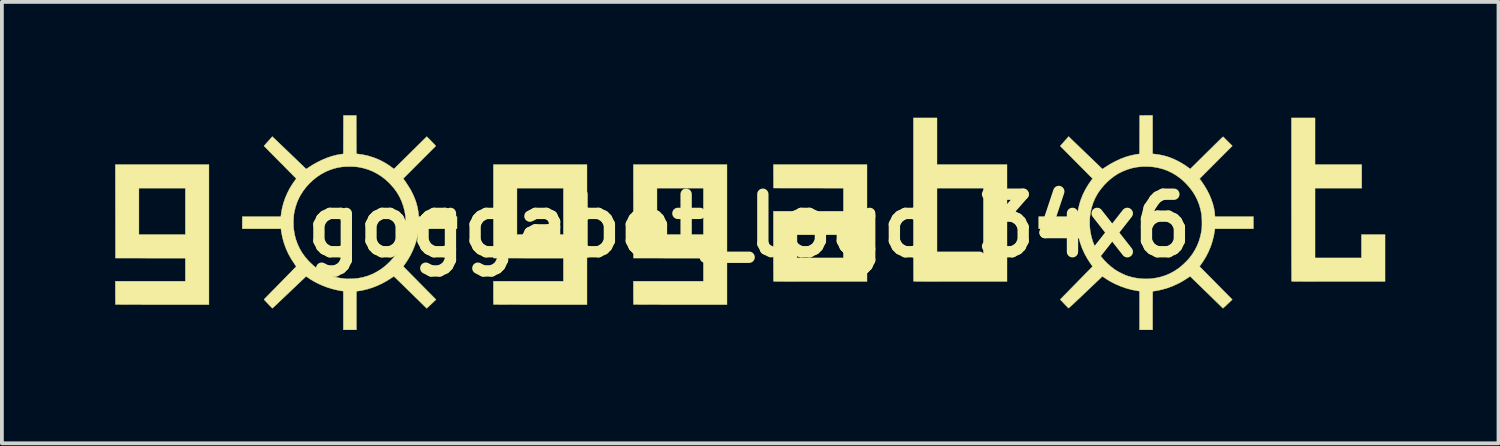
<source format=kicad_pcb>
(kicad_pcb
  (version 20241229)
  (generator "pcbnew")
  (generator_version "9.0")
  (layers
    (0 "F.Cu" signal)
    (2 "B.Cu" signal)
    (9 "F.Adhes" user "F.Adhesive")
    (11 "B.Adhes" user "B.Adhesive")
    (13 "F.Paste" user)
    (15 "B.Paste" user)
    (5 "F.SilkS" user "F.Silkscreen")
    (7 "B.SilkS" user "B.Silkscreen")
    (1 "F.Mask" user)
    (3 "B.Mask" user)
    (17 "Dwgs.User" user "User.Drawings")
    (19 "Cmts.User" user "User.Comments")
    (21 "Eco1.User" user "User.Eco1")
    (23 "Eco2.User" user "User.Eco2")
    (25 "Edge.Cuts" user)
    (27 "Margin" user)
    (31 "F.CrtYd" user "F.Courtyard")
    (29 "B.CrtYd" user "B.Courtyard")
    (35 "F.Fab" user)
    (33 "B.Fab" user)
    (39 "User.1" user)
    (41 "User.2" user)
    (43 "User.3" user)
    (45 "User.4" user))
  (footprint "goggabot_logo_34x6"
    (layer "F.Cu")
    (at 16.79 2.928)
    (property "Reference" "goggabot_logo_34x6" (at 0 0 0) (layer "F.SilkS") (effects (font (size 1.524 1.524) (thickness 0.3))))
    (attr through_hole)
    (fp_poly (pts (xy -14.307 2.089) (xy -15.542 2.089) (xy -15.664 2.089) (xy -15.784 2.089) (xy -15.899 2.089) (xy -16.01 2.089) (xy -16.116 2.088) (xy -16.217 2.088) (xy -16.311 2.088) (xy -16.398 2.088) (xy -16.478 2.087) (xy -16.55 2.087) (xy -16.613 2.087) (xy -16.667 2.086) (xy -16.711 2.086) (xy -16.745 2.086) (xy -16.768 2.085) (xy -16.78 2.085) (xy -16.781 2.085) (xy -16.782 2.078) (xy -16.782 2.06) (xy -16.783 2.032) (xy -16.784 1.995) (xy -16.784 1.951) (xy -16.785 1.9) (xy -16.785 1.845) (xy -16.785 1.785) (xy -16.785 1.776) (xy -16.785 1.471) (xy -14.931 1.471) (xy -14.931 0.859) (xy -15.856 0.858) (xy -16.782 0.856) (xy -16.784 -0.995) (xy -16.161 -0.995) (xy -16.161 0.235) (xy -14.931 0.235) (xy -14.931 -0.995) (xy -16.161 -0.995) (xy -16.784 -0.995) (xy -16.785 -1.619) (xy -14.307 -1.619) (xy -14.307 2.089)) (stroke (width 0.01) (type solid)) (fill yes) (layer "F.SilkS"))
    (fp_poly (pts (xy -4.295 2.089) (xy -5.53 2.089) (xy -5.653 2.089) (xy -5.772 2.089) (xy -5.888 2.089) (xy -5.999 2.089) (xy -6.105 2.088) (xy -6.205 2.088) (xy -6.299 2.088) (xy -6.386 2.088) (xy -6.466 2.087) (xy -6.538 2.087) (xy -6.601 2.087) (xy -6.655 2.086) (xy -6.699 2.086) (xy -6.733 2.086) (xy -6.756 2.085) (xy -6.768 2.085) (xy -6.769 2.085) (xy -6.77 2.078) (xy -6.771 2.06) (xy -6.771 2.032) (xy -6.772 1.995) (xy -6.773 1.951) (xy -6.773 1.9) (xy -6.773 1.845) (xy -6.773 1.785) (xy -6.773 1.776) (xy -6.773 1.471) (xy -4.919 1.471) (xy -4.919 0.859) (xy -5.845 0.858) (xy -6.77 0.856) (xy -6.773 -0.995) (xy -6.149 -0.995) (xy -6.149 0.235) (xy -4.919 0.235) (xy -4.919 -0.995) (xy -6.149 -0.995) (xy -6.773 -0.995) (xy -6.773 -1.619) (xy -4.295 -1.619) (xy -4.295 2.089)) (stroke (width 0.01) (type solid)) (fill yes) (layer "F.SilkS"))
    (fp_poly (pts (xy -0.587 2.089) (xy -1.822 2.089) (xy -1.945 2.089) (xy -2.064 2.089) (xy -2.18 2.089) (xy -2.291 2.089) (xy -2.397 2.088) (xy -2.497 2.088) (xy -2.591 2.088) (xy -2.678 2.088) (xy -2.758 2.087) (xy -2.83 2.087) (xy -2.893 2.087) (xy -2.947 2.086) (xy -2.991 2.086) (xy -3.025 2.086) (xy -3.048 2.085) (xy -3.06 2.085) (xy -3.061 2.085) (xy -3.062 2.078) (xy -3.063 2.06) (xy -3.063 2.032) (xy -3.064 1.995) (xy -3.065 1.951) (xy -3.065 1.9) (xy -3.065 1.845) (xy -3.065 1.785) (xy -3.065 1.776) (xy -3.065 1.471) (xy -1.211 1.471) (xy -1.211 0.859) (xy -2.137 0.858) (xy -3.062 0.856) (xy -3.065 -0.995) (xy -2.441 -0.995) (xy -2.441 0.235) (xy -1.211 0.235) (xy -1.211 -0.995) (xy -2.441 -0.995) (xy -3.065 -0.995) (xy -3.065 -1.619) (xy -0.587 -1.619) (xy -0.587 2.089)) (stroke (width 0.01) (type solid)) (fill yes) (layer "F.SilkS"))
    (fp_poly (pts (xy 3.121 1.477) (xy 1.886 1.477) (xy 1.763 1.477) (xy 1.644 1.477) (xy 1.528 1.477) (xy 1.417 1.477) (xy 1.311 1.477) (xy 1.211 1.476) (xy 1.117 1.476) (xy 1.03 1.476) (xy 0.95 1.476) (xy 0.878 1.475) (xy 0.815 1.475) (xy 0.761 1.475) (xy 0.717 1.474) (xy 0.683 1.474) (xy 0.66 1.473) (xy 0.648 1.473) (xy 0.647 1.473) (xy 0.646 1.466) (xy 0.646 1.448) (xy 0.645 1.419) (xy 0.645 1.379) (xy 0.645 1.33) (xy 0.644 1.272) (xy 0.644 1.206) (xy 0.644 1.132) (xy 0.643 1.051) (xy 0.643 0.963) (xy 0.643 0.871) (xy 0.643 0.773) (xy 0.643 0.671) (xy 0.643 0.566) (xy 0.643 0.543) (xy 0.643 0.241) (xy 1.267 0.241) (xy 1.267 0.853) (xy 2.497 0.853) (xy 2.497 0.241) (xy 1.267 0.241) (xy 0.643 0.241) (xy 0.643 -0.383) (xy 2.497 -0.383) (xy 2.497 -0.995) (xy 1.571 -0.997) (xy 0.646 -0.998) (xy 0.644 -1.309) (xy 0.643 -1.619) (xy 3.121 -1.619) (xy 3.121 1.477)) (stroke (width 0.01) (type solid)) (fill yes) (layer "F.SilkS"))
    (fp_poly (pts (xy 14.987 -1.619) (xy 16.223 -1.619) (xy 16.223 -0.995) (xy 14.987 -0.995) (xy 14.987 0.853) (xy 16.216 0.853) (xy 16.216 0.235) (xy 16.841 0.235) (xy 16.841 1.477) (xy 15.606 1.477) (xy 15.483 1.477) (xy 15.364 1.477) (xy 15.248 1.477) (xy 15.137 1.477) (xy 15.031 1.477) (xy 14.931 1.476) (xy 14.837 1.476) (xy 14.75 1.476) (xy 14.67 1.476) (xy 14.598 1.475) (xy 14.535 1.475) (xy 14.481 1.475) (xy 14.436 1.474) (xy 14.402 1.474) (xy 14.379 1.473) (xy 14.368 1.473) (xy 14.367 1.473) (xy 14.366 1.466) (xy 14.366 1.448) (xy 14.366 1.418) (xy 14.365 1.378) (xy 14.365 1.326) (xy 14.365 1.265) (xy 14.365 1.193) (xy 14.364 1.113) (xy 14.364 1.023) (xy 14.364 0.926) (xy 14.364 0.82) (xy 14.363 0.707) (xy 14.363 0.587) (xy 14.363 0.46) (xy 14.363 0.327) (xy 14.363 0.189) (xy 14.363 0.045) (xy 14.363 -0.104) (xy 14.363 -0.257) (xy 14.362 -0.414) (xy 14.362 -0.575) (xy 14.362 -0.693) (xy 14.362 -2.855) (xy 14.987 -2.855) (xy 14.987 -1.619)) (stroke (width 0.01) (type solid)) (fill yes) (layer "F.SilkS"))
    (fp_poly (pts (xy 4.975 -1.619) (xy 6.829 -1.619) (xy 6.829 1.477) (xy 5.594 1.477) (xy 5.471 1.477) (xy 5.352 1.477) (xy 5.236 1.477) (xy 5.125 1.477) (xy 5.02 1.477) (xy 4.919 1.476) (xy 4.825 1.476) (xy 4.738 1.476) (xy 4.658 1.476) (xy 4.586 1.475) (xy 4.523 1.475) (xy 4.469 1.475) (xy 4.425 1.474) (xy 4.391 1.474) (xy 4.368 1.473) (xy 4.356 1.473) (xy 4.355 1.473) (xy 4.355 1.466) (xy 4.354 1.448) (xy 4.354 1.418) (xy 4.354 1.378) (xy 4.353 1.326) (xy 4.353 1.265) (xy 4.353 1.193) (xy 4.353 1.113) (xy 4.352 1.023) (xy 4.352 0.926) (xy 4.352 0.82) (xy 4.352 0.707) (xy 4.352 0.587) (xy 4.351 0.46) (xy 4.351 0.327) (xy 4.351 0.189) (xy 4.351 0.045) (xy 4.351 -0.104) (xy 4.351 -0.257) (xy 4.351 -0.414) (xy 4.351 -0.575) (xy 4.351 -0.693) (xy 4.351 -0.995) (xy 4.975 -0.995) (xy 4.975 0.853) (xy 6.205 0.853) (xy 6.205 -0.995) (xy 4.975 -0.995) (xy 4.351 -0.995) (xy 4.351 -2.855) (xy 4.975 -2.855) (xy 4.975 -1.619)) (stroke (width 0.01) (type solid)) (fill yes) (layer "F.SilkS"))
    (fp_poly (pts (xy 10.685 -1.904) (xy 10.721 -1.9) (xy 10.811 -1.889) (xy 10.901 -1.873) (xy 10.987 -1.854) (xy 11.065 -1.833) (xy 11.09 -1.825) (xy 11.211 -1.78) (xy 11.331 -1.725) (xy 11.449 -1.661) (xy 11.562 -1.59) (xy 11.627 -1.543) (xy 11.682 -1.502) (xy 12.089 -1.905) (xy 12.149 -1.964) (xy 12.207 -2.021) (xy 12.262 -2.075) (xy 12.313 -2.126) (xy 12.361 -2.173) (xy 12.404 -2.215) (xy 12.441 -2.252) (xy 12.473 -2.283) (xy 12.497 -2.307) (xy 12.515 -2.323) (xy 12.524 -2.332) (xy 12.525 -2.332) (xy 12.553 -2.357) (xy 12.796 -2.114) (xy 11.929 -1.245) (xy 11.987 -1.165) (xy 12.064 -1.05) (xy 12.133 -0.932) (xy 12.193 -0.813) (xy 12.242 -0.693) (xy 12.282 -0.574) (xy 12.311 -0.457) (xy 12.329 -0.343) (xy 12.333 -0.298) (xy 12.337 -0.241) (xy 13.355 -0.241) (xy 13.355 0.08) (xy 12.336 0.08) (xy 12.332 0.11) (xy 12.306 0.264) (xy 12.269 0.412) (xy 12.222 0.554) (xy 12.164 0.692) (xy 12.095 0.826) (xy 12.014 0.957) (xy 11.971 1.018) (xy 11.928 1.078) (xy 12.031 1.183) (xy 12.053 1.205) (xy 12.083 1.235) (xy 12.119 1.272) (xy 12.161 1.314) (xy 12.207 1.361) (xy 12.258 1.412) (xy 12.311 1.466) (xy 12.366 1.522) (xy 12.423 1.579) (xy 12.465 1.622) (xy 12.795 1.955) (xy 12.712 2.035) (xy 12.682 2.063) (xy 12.652 2.091) (xy 12.625 2.117) (xy 12.601 2.139) (xy 12.589 2.15) (xy 12.549 2.186) (xy 12.289 1.933) (xy 12.235 1.88) (xy 12.178 1.824) (xy 12.119 1.767) (xy 12.06 1.71) (xy 12.004 1.655) (xy 11.951 1.603) (xy 11.903 1.557) (xy 11.862 1.517) (xy 11.855 1.51) (xy 11.68 1.34) (xy 11.595 1.395) (xy 11.547 1.426) (xy 11.505 1.452) (xy 11.467 1.475) (xy 11.43 1.496) (xy 11.389 1.518) (xy 11.349 1.538) (xy 11.207 1.602) (xy 11.062 1.655) (xy 10.915 1.696) (xy 10.765 1.726) (xy 10.753 1.727) (xy 10.727 1.731) (xy 10.706 1.734) (xy 10.692 1.736) (xy 10.688 1.737) (xy 10.688 1.743) (xy 10.687 1.76) (xy 10.687 1.788) (xy 10.687 1.826) (xy 10.686 1.872) (xy 10.686 1.926) (xy 10.686 1.987) (xy 10.686 2.054) (xy 10.685 2.127) (xy 10.685 2.203) (xy 10.685 2.246) (xy 10.685 2.756) (xy 10.339 2.756) (xy 10.339 1.733) (xy 10.288 1.725) (xy 10.135 1.696) (xy 9.983 1.655) (xy 9.835 1.603) (xy 9.69 1.54) (xy 9.552 1.468) (xy 9.422 1.386) (xy 9.355 1.34) (xy 9.336 1.359) (xy 9.329 1.365) (xy 9.313 1.38) (xy 9.29 1.402) (xy 9.26 1.431) (xy 9.223 1.465) (xy 9.181 1.506) (xy 9.134 1.551) (xy 9.082 1.6) (xy 9.027 1.652) (xy 8.968 1.708) (xy 8.908 1.766) (xy 8.89 1.782) (xy 8.816 1.853) (xy 8.75 1.916) (xy 8.692 1.97) (xy 8.641 2.018) (xy 8.598 2.058) (xy 8.562 2.092) (xy 8.531 2.12) (xy 8.507 2.142) (xy 8.487 2.159) (xy 8.473 2.171) (xy 8.464 2.178) (xy 8.458 2.181) (xy 8.456 2.181) (xy 8.45 2.174) (xy 8.436 2.161) (xy 8.417 2.14) (xy 8.392 2.115) (xy 8.364 2.086) (xy 8.343 2.064) (xy 8.238 1.954) (xy 8.616 1.569) (xy 8.674 1.51) (xy 8.73 1.452) (xy 8.784 1.397) (xy 8.835 1.345) (xy 8.882 1.297) (xy 8.925 1.253) (xy 8.963 1.215) (xy 8.995 1.182) (xy 9.02 1.157) (xy 9.037 1.139) (xy 9.045 1.131) (xy 9.096 1.078) (xy 9.043 1.004) (xy 8.957 0.872) (xy 8.882 0.736) (xy 8.819 0.597) (xy 8.767 0.452) (xy 8.727 0.303) (xy 8.7 0.166) (xy 8.686 0.08) (xy 7.669 0.08) (xy 7.669 -0.108) (xy 9.018 -0.108) (xy 9.021 0.022) (xy 9.035 0.152) (xy 9.061 0.28) (xy 9.097 0.405) (xy 9.118 0.462) (xy 9.167 0.574) (xy 9.229 0.684) (xy 9.3 0.789) (xy 9.381 0.89) (xy 9.471 0.985) (xy 9.569 1.073) (xy 9.673 1.153) (xy 9.7 1.171) (xy 9.743 1.198) (xy 9.795 1.227) (xy 9.852 1.257) (xy 9.91 1.284) (xy 9.967 1.309) (xy 10.018 1.329) (xy 10.033 1.334) (xy 10.154 1.368) (xy 10.279 1.391) (xy 10.408 1.405) (xy 10.537 1.408) (xy 10.633 1.403) (xy 10.768 1.385) (xy 10.897 1.357) (xy 11.021 1.318) (xy 11.14 1.268) (xy 11.255 1.206) (xy 11.367 1.132) (xy 11.392 1.113) (xy 11.432 1.081) (xy 11.476 1.043) (xy 11.523 0.999) (xy 11.57 0.953) (xy 11.613 0.908) (xy 11.651 0.867) (xy 11.657 0.859) (xy 11.737 0.754) (xy 11.807 0.642) (xy 11.867 0.524) (xy 11.916 0.4) (xy 11.953 0.271) (xy 11.98 0.138) (xy 11.984 0.111) (xy 11.988 0.073) (xy 11.99 0.026) (xy 11.992 -0.028) (xy 11.992 -0.085) (xy 11.991 -0.143) (xy 11.989 -0.198) (xy 11.986 -0.248) (xy 11.982 -0.29) (xy 11.981 -0.3) (xy 11.955 -0.433) (xy 11.918 -0.561) (xy 11.87 -0.683) (xy 11.811 -0.8) (xy 11.742 -0.911) (xy 11.66 -1.018) (xy 11.568 -1.12) (xy 11.557 -1.131) (xy 11.506 -1.18) (xy 11.459 -1.223) (xy 11.411 -1.261) (xy 11.36 -1.299) (xy 11.311 -1.333) (xy 11.2 -1.4) (xy 11.083 -1.456) (xy 10.961 -1.501) (xy 10.834 -1.534) (xy 10.702 -1.557) (xy 10.564 -1.568) (xy 10.556 -1.568) (xy 10.418 -1.567) (xy 10.283 -1.554) (xy 10.152 -1.529) (xy 10.025 -1.492) (xy 9.902 -1.444) (xy 9.783 -1.385) (xy 9.755 -1.369) (xy 9.665 -1.31) (xy 9.575 -1.241) (xy 9.487 -1.163) (xy 9.404 -1.078) (xy 9.328 -0.989) (xy 9.26 -0.897) (xy 9.223 -0.84) (xy 9.163 -0.729) (xy 9.112 -0.612) (xy 9.073 -0.49) (xy 9.043 -0.365) (xy 9.025 -0.237) (xy 9.018 -0.108) (xy 7.669 -0.108) (xy 7.669 -0.241) (xy 8.687 -0.241) (xy 8.692 -0.289) (xy 8.699 -0.343) (xy 8.709 -0.406) (xy 8.724 -0.473) (xy 8.741 -0.543) (xy 8.759 -0.61) (xy 8.779 -0.674) (xy 8.787 -0.696) (xy 8.842 -0.833) (xy 8.909 -0.966) (xy 8.985 -1.093) (xy 9.06 -1.2) (xy 9.097 -1.247) (xy 8.668 -1.679) (xy 8.239 -2.111) (xy 8.35 -2.237) (xy 8.462 -2.362) (xy 8.518 -2.307) (xy 8.532 -2.293) (xy 8.554 -2.272) (xy 8.583 -2.244) (xy 8.618 -2.21) (xy 8.659 -2.171) (xy 8.705 -2.127) (xy 8.754 -2.08) (xy 8.806 -2.029) (xy 8.861 -1.977) (xy 8.909 -1.931) (xy 8.964 -1.878) (xy 9.018 -1.826) (xy 9.07 -1.776) (xy 9.119 -1.729) (xy 9.164 -1.686) (xy 9.204 -1.647) (xy 9.239 -1.614) (xy 9.267 -1.587) (xy 9.288 -1.567) (xy 9.299 -1.555) (xy 9.356 -1.5) (xy 9.426 -1.546) (xy 9.564 -1.633) (xy 9.702 -1.707) (xy 9.837 -1.77) (xy 9.971 -1.821) (xy 10.102 -1.859) (xy 10.232 -1.886) (xy 10.243 -1.888) (xy 10.272 -1.892) (xy 10.298 -1.896) (xy 10.317 -1.899) (xy 10.325 -1.901) (xy 10.339 -1.904) (xy 10.342 -2.92) (xy 10.685 -2.923) (xy 10.685 -1.904)) (stroke (width 0.01) (type solid)) (fill yes) (layer "F.SilkS"))
    (fp_poly (pts (xy -10.403 -2.412) (xy -10.401 -1.904) (xy -10.365 -1.901) (xy -10.215 -1.878) (xy -10.07 -1.845) (xy -9.929 -1.8) (xy -9.793 -1.744) (xy -9.662 -1.676) (xy -9.535 -1.597) (xy -9.454 -1.538) (xy -9.407 -1.502) (xy -8.972 -1.931) (xy -8.538 -2.36) (xy -8.486 -2.309) (xy -8.463 -2.286) (xy -8.434 -2.257) (xy -8.404 -2.225) (xy -8.374 -2.194) (xy -8.366 -2.186) (xy -8.298 -2.113) (xy -8.73 -1.681) (xy -9.161 -1.249) (xy -9.142 -1.222) (xy -9.12 -1.193) (xy -9.095 -1.156) (xy -9.067 -1.114) (xy -9.039 -1.07) (xy -9.011 -1.027) (xy -8.986 -0.987) (xy -8.965 -0.952) (xy -8.956 -0.935) (xy -8.906 -0.837) (xy -8.862 -0.735) (xy -8.824 -0.633) (xy -8.795 -0.532) (xy -8.786 -0.494) (xy -8.779 -0.46) (xy -8.772 -0.421) (xy -8.765 -0.38) (xy -8.759 -0.341) (xy -8.755 -0.305) (xy -8.752 -0.276) (xy -8.751 -0.259) (xy -8.751 -0.241) (xy -7.737 -0.241) (xy -7.737 0.08) (xy -8.245 0.082) (xy -8.754 0.083) (xy -8.762 0.148) (xy -8.783 0.275) (xy -8.816 0.404) (xy -8.859 0.533) (xy -8.911 0.661) (xy -8.973 0.787) (xy -9.043 0.908) (xy -9.113 1.011) (xy -9.13 1.036) (xy -9.144 1.056) (xy -9.154 1.071) (xy -9.159 1.078) (xy -9.159 1.078) (xy -9.155 1.083) (xy -9.142 1.096) (xy -9.122 1.116) (xy -9.095 1.144) (xy -9.062 1.178) (xy -9.023 1.217) (xy -8.979 1.262) (xy -8.93 1.312) (xy -8.877 1.365) (xy -8.821 1.422) (xy -8.762 1.482) (xy -8.726 1.519) (xy -8.293 1.956) (xy -8.342 2.002) (xy -8.365 2.024) (xy -8.393 2.051) (xy -8.425 2.08) (xy -8.455 2.109) (xy -8.465 2.118) (xy -8.539 2.187) (xy -8.97 1.766) (xy -9.031 1.706) (xy -9.09 1.649) (xy -9.145 1.595) (xy -9.197 1.544) (xy -9.245 1.498) (xy -9.287 1.457) (xy -9.324 1.421) (xy -9.355 1.391) (xy -9.379 1.368) (xy -9.396 1.352) (xy -9.405 1.343) (xy -9.407 1.342) (xy -9.413 1.345) (xy -9.428 1.353) (xy -9.448 1.366) (xy -9.469 1.38) (xy -9.592 1.458) (xy -9.719 1.528) (xy -9.851 1.589) (xy -9.984 1.641) (xy -10.118 1.682) (xy -10.25 1.713) (xy -10.296 1.721) (xy -10.325 1.725) (xy -10.352 1.729) (xy -10.373 1.733) (xy -10.381 1.734) (xy -10.401 1.737) (xy -10.401 2.756) (xy -10.747 2.756) (xy -10.747 1.73) (xy -10.764 1.73) (xy -10.779 1.729) (xy -10.804 1.725) (xy -10.836 1.719) (xy -10.874 1.711) (xy -10.915 1.703) (xy -10.956 1.694) (xy -10.996 1.684) (xy -11.032 1.675) (xy -11.063 1.667) (xy -11.065 1.666) (xy -11.185 1.628) (xy -11.304 1.582) (xy -11.419 1.53) (xy -11.528 1.473) (xy -11.629 1.412) (xy -11.682 1.375) (xy -11.73 1.341) (xy -11.748 1.355) (xy -11.755 1.361) (xy -11.77 1.375) (xy -11.793 1.397) (xy -11.823 1.425) (xy -11.859 1.459) (xy -11.901 1.499) (xy -11.948 1.543) (xy -11.999 1.592) (xy -12.054 1.645) (xy -12.113 1.7) (xy -12.173 1.758) (xy -12.193 1.777) (xy -12.254 1.835) (xy -12.313 1.891) (xy -12.368 1.943) (xy -12.42 1.992) (xy -12.467 2.037) (xy -12.509 2.077) (xy -12.546 2.112) (xy -12.577 2.14) (xy -12.6 2.162) (xy -12.616 2.177) (xy -12.624 2.184) (xy -12.625 2.185) (xy -12.63 2.18) (xy -12.643 2.169) (xy -12.661 2.151) (xy -12.683 2.128) (xy -12.708 2.102) (xy -12.735 2.075) (xy -12.761 2.047) (xy -12.786 2.02) (xy -12.809 1.996) (xy -12.827 1.976) (xy -12.84 1.961) (xy -12.846 1.953) (xy -12.847 1.952) (xy -12.842 1.947) (xy -12.83 1.934) (xy -12.81 1.914) (xy -12.783 1.886) (xy -12.75 1.852) (xy -12.711 1.812) (xy -12.667 1.767) (xy -12.618 1.717) (xy -12.565 1.664) (xy -12.509 1.607) (xy -12.451 1.547) (xy -12.422 1.518) (xy -12.362 1.457) (xy -12.305 1.398) (xy -12.25 1.343) (xy -12.2 1.291) (xy -12.153 1.244) (xy -12.112 1.201) (xy -12.076 1.164) (xy -12.046 1.133) (xy -12.022 1.109) (xy -12.006 1.092) (xy -11.998 1.083) (xy -11.997 1.081) (xy -11.999 1.075) (xy -12.008 1.06) (xy -12.021 1.04) (xy -12.037 1.017) (xy -12.125 0.884) (xy -12.201 0.748) (xy -12.265 0.607) (xy -12.318 0.461) (xy -12.36 0.31) (xy -12.384 0.189) (xy -12.389 0.159) (xy -12.394 0.131) (xy -12.396 0.11) (xy -12.397 0.098) (xy -12.397 0.08) (xy -13.423 0.08) (xy -13.423 -0.084) (xy -12.068 -0.084) (xy -12.068 -0.022) (xy -12.066 0.036) (xy -12.061 0.086) (xy -12.061 0.088) (xy -12.04 0.223) (xy -12.008 0.352) (xy -11.964 0.476) (xy -11.91 0.594) (xy -11.845 0.707) (xy -11.768 0.816) (xy -11.68 0.92) (xy -11.631 0.971) (xy -11.531 1.064) (xy -11.427 1.145) (xy -11.318 1.215) (xy -11.205 1.274) (xy -11.086 1.322) (xy -10.961 1.36) (xy -10.83 1.388) (xy -10.691 1.405) (xy -10.662 1.407) (xy -10.623 1.407) (xy -10.578 1.406) (xy -10.529 1.405) (xy -10.48 1.402) (xy -10.432 1.399) (xy -10.39 1.395) (xy -10.356 1.391) (xy -10.355 1.391) (xy -10.223 1.365) (xy -10.096 1.328) (xy -9.973 1.279) (xy -9.856 1.218) (xy -9.743 1.147) (xy -9.637 1.065) (xy -9.625 1.055) (xy -9.522 0.959) (xy -9.429 0.857) (xy -9.348 0.75) (xy -9.278 0.637) (xy -9.218 0.519) (xy -9.17 0.397) (xy -9.134 0.269) (xy -9.108 0.137) (xy -9.106 0.12) (xy -9.102 0.078) (xy -9.098 0.027) (xy -9.096 -0.028) (xy -9.096 -0.086) (xy -9.096 -0.142) (xy -9.097 -0.194) (xy -9.1 -0.239) (xy -9.103 -0.263) (xy -9.126 -0.399) (xy -9.161 -0.529) (xy -9.206 -0.654) (xy -9.262 -0.773) (xy -9.33 -0.887) (xy -9.409 -0.995) (xy -9.499 -1.098) (xy -9.529 -1.13) (xy -9.631 -1.224) (xy -9.739 -1.307) (xy -9.85 -1.378) (xy -9.968 -1.439) (xy -10.09 -1.488) (xy -10.218 -1.526) (xy -10.351 -1.553) (xy -10.364 -1.555) (xy -10.406 -1.56) (xy -10.457 -1.564) (xy -10.514 -1.566) (xy -10.575 -1.567) (xy -10.636 -1.566) (xy -10.695 -1.565) (xy -10.748 -1.561) (xy -10.792 -1.557) (xy -10.803 -1.555) (xy -10.91 -1.536) (xy -11.01 -1.51) (xy -11.106 -1.477) (xy -11.202 -1.437) (xy -11.222 -1.427) (xy -11.335 -1.366) (xy -11.444 -1.294) (xy -11.547 -1.212) (xy -11.644 -1.122) (xy -11.732 -1.024) (xy -11.812 -0.919) (xy -11.882 -0.809) (xy -11.918 -0.742) (xy -11.972 -0.621) (xy -12.014 -0.496) (xy -12.045 -0.366) (xy -12.054 -0.315) (xy -12.06 -0.267) (xy -12.064 -0.21) (xy -12.067 -0.148) (xy -12.068 -0.084) (xy -13.423 -0.084) (xy -13.423 -0.241) (xy -12.404 -0.241) (xy -12.401 -0.261) (xy -12.393 -0.313) (xy -12.387 -0.354) (xy -12.382 -0.387) (xy -12.377 -0.415) (xy -12.373 -0.438) (xy -12.368 -0.459) (xy -12.365 -0.473) (xy -12.33 -0.609) (xy -12.283 -0.743) (xy -12.225 -0.876) (xy -12.158 -1.004) (xy -12.081 -1.126) (xy -12.032 -1.194) (xy -12.016 -1.215) (xy -12.004 -1.233) (xy -11.997 -1.244) (xy -11.995 -1.247) (xy -12 -1.255) (xy -12.009 -1.264) (xy -12.015 -1.27) (xy -12.029 -1.285) (xy -12.051 -1.306) (xy -12.079 -1.335) (xy -12.114 -1.37) (xy -12.154 -1.41) (xy -12.199 -1.456) (xy -12.249 -1.506) (xy -12.302 -1.56) (xy -12.358 -1.617) (xy -12.417 -1.676) (xy -12.435 -1.694) (xy -12.849 -2.113) (xy -12.74 -2.235) (xy -12.71 -2.268) (xy -12.684 -2.297) (xy -12.662 -2.323) (xy -12.644 -2.342) (xy -12.633 -2.355) (xy -12.628 -2.36) (xy -12.626 -2.358) (xy -12.618 -2.351) (xy -12.605 -2.339) (xy -12.586 -2.321) (xy -12.561 -2.298) (xy -12.531 -2.269) (xy -12.494 -2.234) (xy -12.451 -2.192) (xy -12.4 -2.144) (xy -12.343 -2.089) (xy -12.279 -2.027) (xy -12.207 -1.958) (xy -12.127 -1.881) (xy -12.039 -1.797) (xy -11.943 -1.704) (xy -11.838 -1.604) (xy -11.763 -1.531) (xy -11.731 -1.501) (xy -11.667 -1.543) (xy -11.543 -1.622) (xy -11.417 -1.691) (xy -11.291 -1.752) (xy -11.166 -1.803) (xy -11.043 -1.844) (xy -10.923 -1.874) (xy -10.824 -1.891) (xy -10.799 -1.895) (xy -10.777 -1.898) (xy -10.763 -1.901) (xy -10.761 -1.901) (xy -10.747 -1.904) (xy -10.744 -2.92) (xy -10.404 -2.92) (xy -10.403 -2.412)) (stroke (width 0.01) (type solid)) (fill yes) (layer "F.SilkS")))
  (gr_rect
    (start -3 -3)
    (end 36.636 8.69)
    (stroke (width 0.1) (type default))
    (fill no)
    (layer "Edge.Cuts")))
</source>
